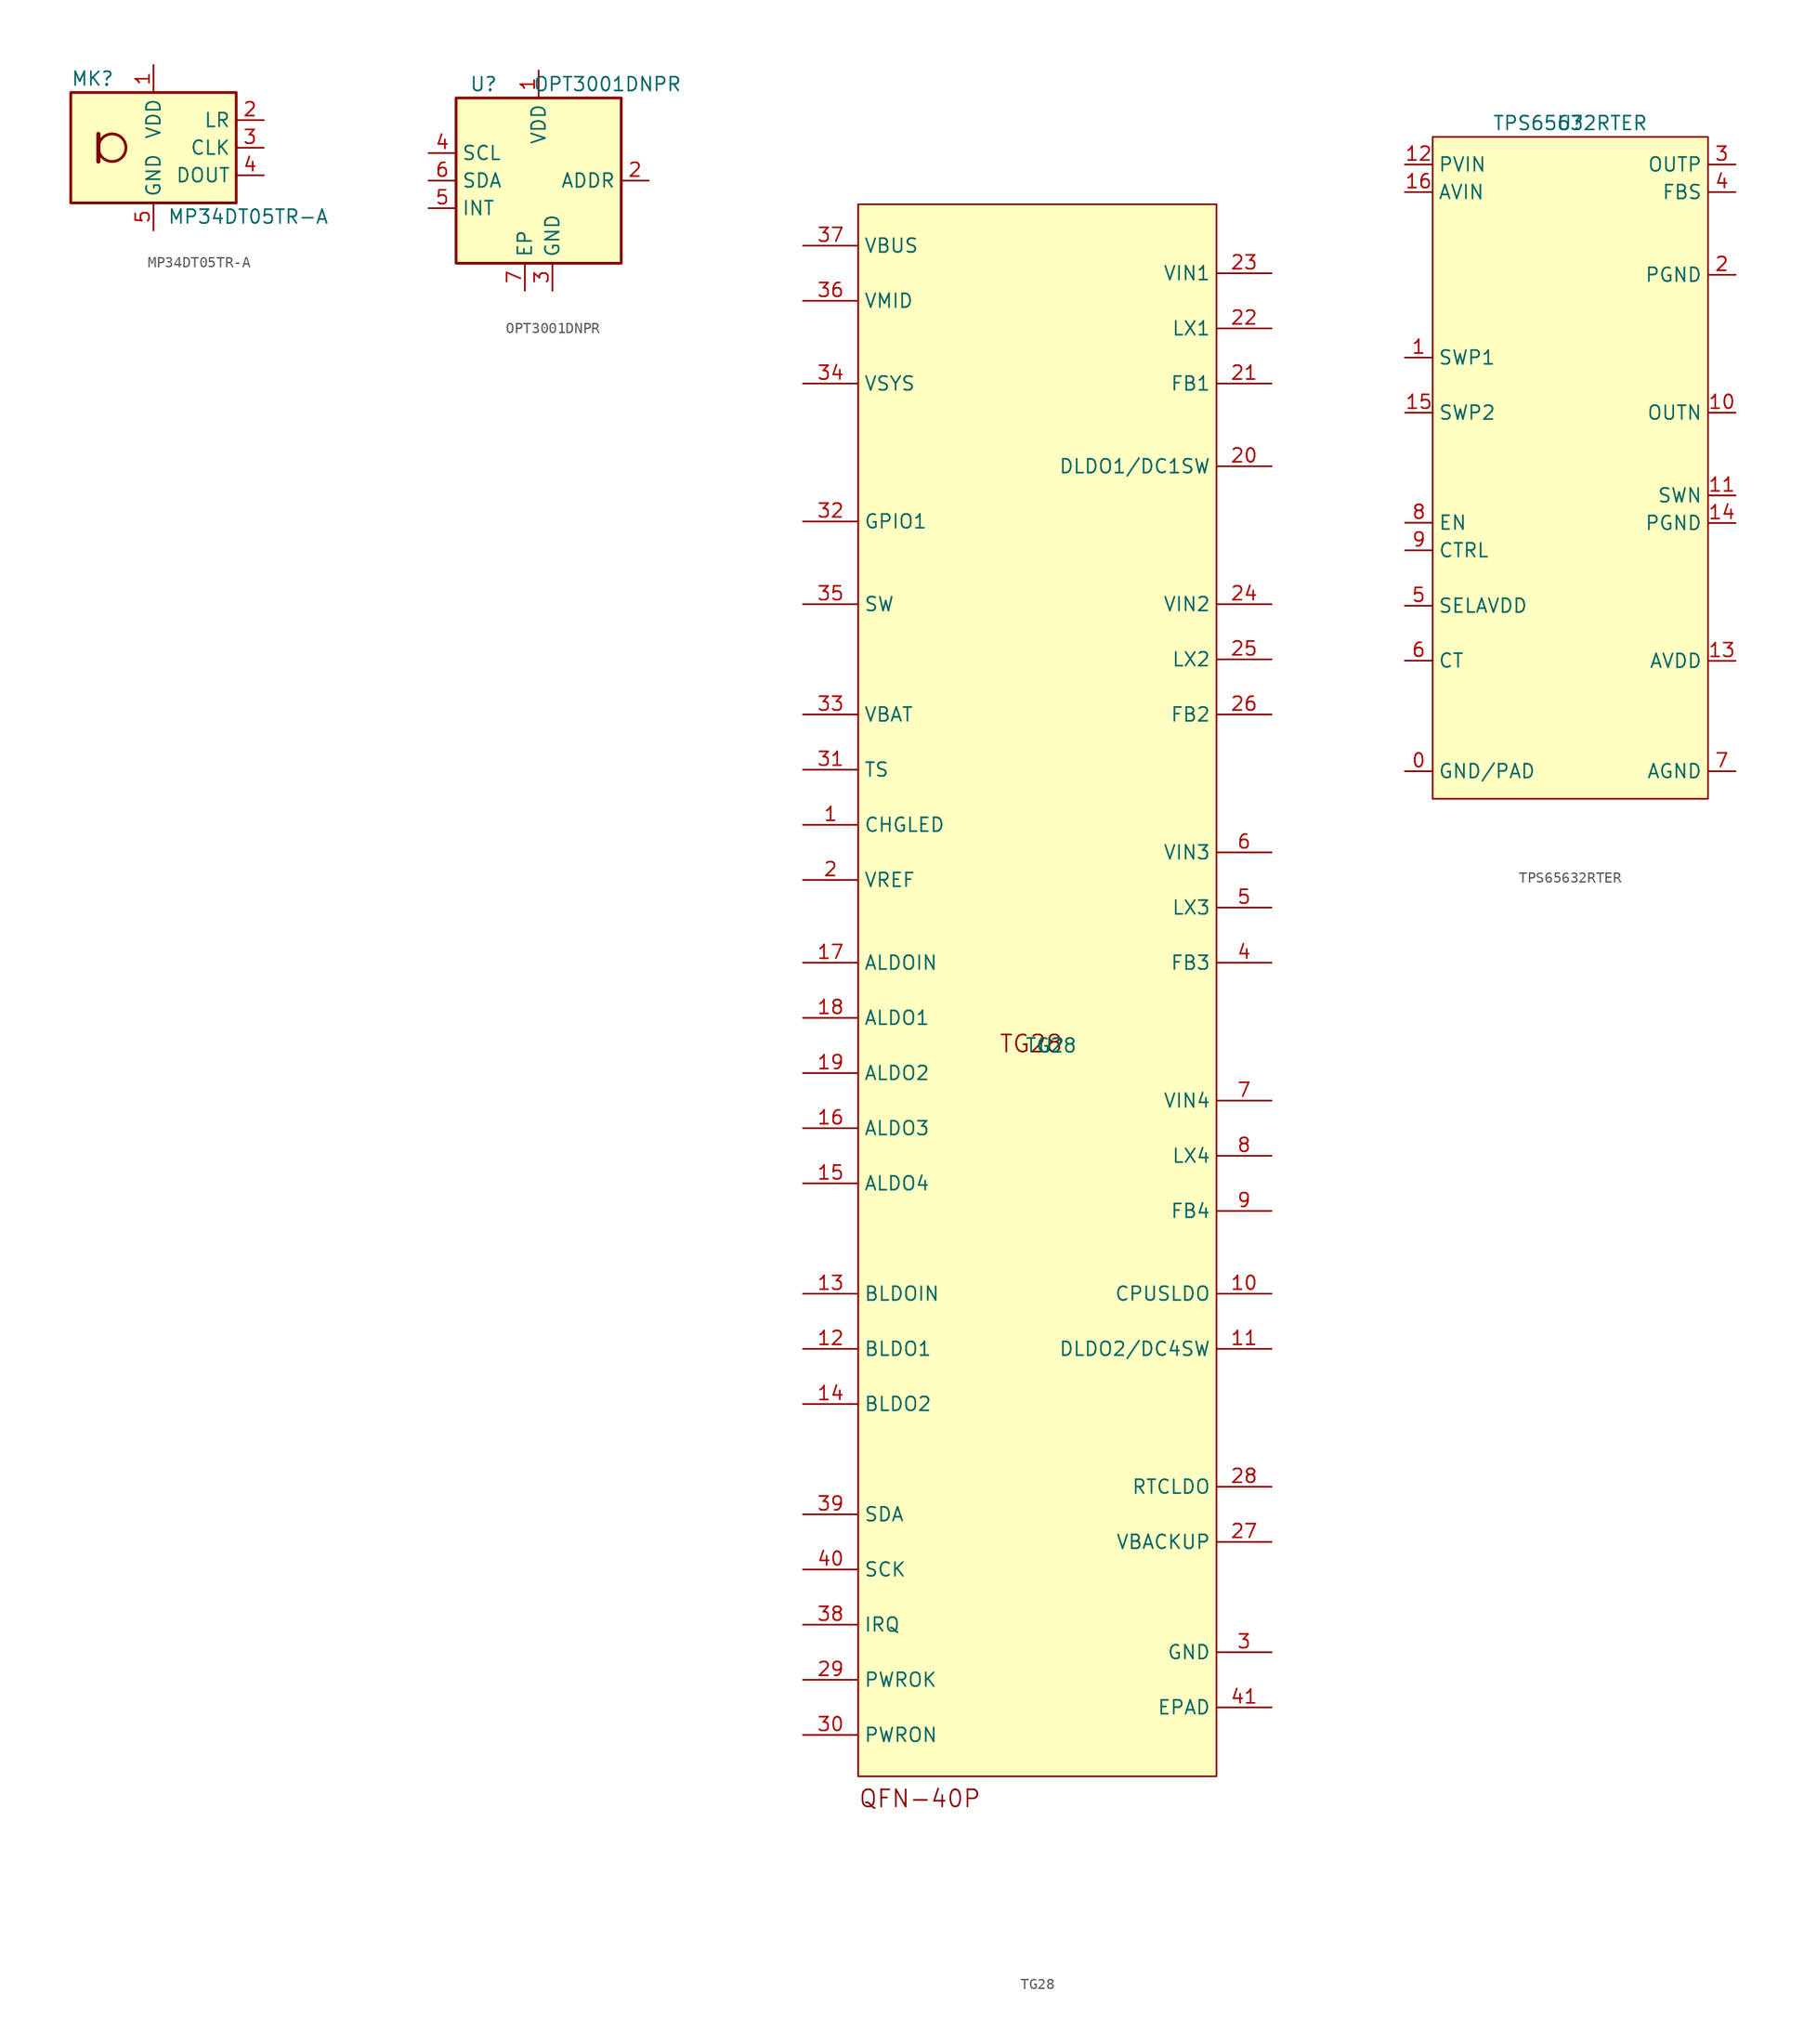
<source format=kicad_sym>
(kicad_symbol_lib
  (version 20231120)
  (generator "kicad_symbol_editor")
  (generator_version "8.0")
  (symbol "MP34DT05TR-A"
    (property "Reference" "MK"
      (at -7.62 6.35 0)
      (effects (font (size 1.27 1.27)) (justify left)))
    (property "Value" "MP34DT05TR-A"
      (at 1.27 -6.35 0)
      (effects (font (size 1.27 1.27)) (justify left)))
    (symbol "MP34DT05TR-A_0_1"
      (rectangle (start -7.62 5.08) (end 7.62 -5.08) (stroke (width 0.254) (type default)) (fill (type background)))
      (circle (center -3.81 0) (radius 1.27) (stroke (width 0.254) (type default)) (fill (type none)))
      (polyline (pts (xy -5.08 1.27) (xy -5.08 -1.27)) (stroke (width 0.381) (type default)) (fill (type none))))
    (symbol "MP34DT05TR-A_1_1"
      (pin power_in line (at 0 7.62 270) (length 2.54) (name "VDD" (effects (font (size 1.27 1.27)))) (number "1" (effects (font (size 1.27 1.27)))))
      (pin input line (at 10.16 2.54 180) (length 2.54) (name "LR" (effects (font (size 1.27 1.27)))) (number "2" (effects (font (size 1.27 1.27)))))
      (pin input line (at 10.16 0 180) (length 2.54) (name "CLK" (effects (font (size 1.27 1.27)))) (number "3" (effects (font (size 1.27 1.27)))))
      (pin output line (at 10.16 -2.54 180) (length 2.54) (name "DOUT" (effects (font (size 1.27 1.27)))) (number "4" (effects (font (size 1.27 1.27)))))
      (pin power_in line (at 0 -7.62 90) (length 2.54) (name "GND" (effects (font (size 1.27 1.27)))) (number "5" (effects (font (size 1.27 1.27)))))
      (pin passive line (at 0 -7.62 90) (length 2.54) hide (name "GND" (effects (font (size 1.27 1.27)))) (number "6" (effects (font (size 1.27 1.27)))))
      (pin passive line (at 0 -7.62 90) (length 2.54) hide (name "GND" (effects (font (size 1.27 1.27)))) (number "7" (effects (font (size 1.27 1.27)))))
      (pin passive line (at 0 -7.62 90) (length 2.54) hide (name "GND" (effects (font (size 1.27 1.27)))) (number "8" (effects (font (size 1.27 1.27)))))))
  (symbol "OPT3001DNPR"
    (property "Reference" "U"
      (at -5.08 8.89 0)
      (effects (font (size 1.27 1.27))))
    (property "Value" "OPT3001DNPR"
      (at 6.35 8.89 0)
      (effects (font (size 1.27 1.27))))
    (symbol "OPT3001DNPR_0_1"
      (rectangle (start -7.62 7.62) (end 7.62 -7.62) (stroke (width 0.254) (type default)) (fill (type background))))
    (symbol "OPT3001DNPR_1_1"
      (pin power_in line (at 0 10.16 270) (length 2.54) (name "VDD" (effects (font (size 1.27 1.27)))) (number "1" (effects (font (size 1.27 1.27)))))
      (pin passive line (at 10.16 0 180) (length 2.54) (name "ADDR" (effects (font (size 1.27 1.27)))) (number "2" (effects (font (size 1.27 1.27)))))
      (pin passive line (at 1.27 -10.16 90) (length 2.54) (name "GND" (effects (font (size 1.27 1.27)))) (number "3" (effects (font (size 1.27 1.27)))))
      (pin input line (at -10.16 2.54 0) (length 2.54) (name "SCL" (effects (font (size 1.27 1.27)))) (number "4" (effects (font (size 1.27 1.27)))))
      (pin open_collector line (at -10.16 -2.54 0) (length 2.54) (name "INT" (effects (font (size 1.27 1.27)))) (number "5" (effects (font (size 1.27 1.27)))))
      (pin bidirectional line (at -10.16 0 0) (length 2.54) (name "SDA" (effects (font (size 1.27 1.27)))) (number "6" (effects (font (size 1.27 1.27)))))
      (pin power_in line (at -1.27 -10.16 90) (length 2.54) (name "EP" (effects (font (size 1.27 1.27)))) (number "7" (effects (font (size 1.27 1.27)))))))
  (symbol "TG28"
    (property "Reference" "U"
      (at 0 0 0)
      (effects (font (size 1.27 1.27))))
    (property "Value" "TG28"
      (at 0 0 0)
      (effects (font (size 1.27 1.27))))
    (symbol "TG28_1_0"
      (rectangle (start -17.78 77.47) (end 15.24 -67.31) (stroke (width 0) (type default)) (fill (type background)))
      (text "QFN-40P" (at -17.78 -70.282 0) (effects (font (size 1.575 1.575)) (justify left bottom)))
      (text "TG28" (at -4.826 -0.762 0) (effects (font (size 1.575 1.575)) (justify left bottom)))
      (pin unspecified line (at -22.86 20.32 0) (length 5.08) (name "CHGLED" (effects (font (size 1.27 1.27)))) (number "1" (effects (font (size 1.27 1.27)))))
      (pin unspecified line (at 20.32 -22.86 180) (length 5.08) (name "CPUSLDO" (effects (font (size 1.27 1.27)))) (number "10" (effects (font (size 1.27 1.27)))))
      (pin unspecified line (at 20.32 -27.94 180) (length 5.08) (name "DLDO2/DC4SW" (effects (font (size 1.27 1.27)))) (number "11" (effects (font (size 1.27 1.27)))))
      (pin unspecified line (at -22.86 -27.94 0) (length 5.08) (name "BLDO1" (effects (font (size 1.27 1.27)))) (number "12" (effects (font (size 1.27 1.27)))))
      (pin unspecified line (at -22.86 -22.86 0) (length 5.08) (name "BLDOIN" (effects (font (size 1.27 1.27)))) (number "13" (effects (font (size 1.27 1.27)))))
      (pin unspecified line (at -22.86 -33.02 0) (length 5.08) (name "BLDO2" (effects (font (size 1.27 1.27)))) (number "14" (effects (font (size 1.27 1.27)))))
      (pin unspecified line (at -22.86 -12.7 0) (length 5.08) (name "ALDO4" (effects (font (size 1.27 1.27)))) (number "15" (effects (font (size 1.27 1.27)))))
      (pin unspecified line (at -22.86 -7.62 0) (length 5.08) (name "ALDO3" (effects (font (size 1.27 1.27)))) (number "16" (effects (font (size 1.27 1.27)))))
      (pin unspecified line (at -22.86 7.62 0) (length 5.08) (name "ALDOIN" (effects (font (size 1.27 1.27)))) (number "17" (effects (font (size 1.27 1.27)))))
      (pin unspecified line (at -22.86 2.54 0) (length 5.08) (name "ALDO1" (effects (font (size 1.27 1.27)))) (number "18" (effects (font (size 1.27 1.27)))))
      (pin unspecified line (at -22.86 -2.54 0) (length 5.08) (name "ALDO2" (effects (font (size 1.27 1.27)))) (number "19" (effects (font (size 1.27 1.27)))))
      (pin unspecified line (at -22.86 15.24 0) (length 5.08) (name "VREF" (effects (font (size 1.27 1.27)))) (number "2" (effects (font (size 1.27 1.27)))))
      (pin unspecified line (at 20.32 53.34 180) (length 5.08) (name "DLDO1/DC1SW" (effects (font (size 1.27 1.27)))) (number "20" (effects (font (size 1.27 1.27)))))
      (pin unspecified line (at 20.32 60.96 180) (length 5.08) (name "FB1" (effects (font (size 1.27 1.27)))) (number "21" (effects (font (size 1.27 1.27)))))
      (pin unspecified line (at 20.32 66.04 180) (length 5.08) (name "LX1" (effects (font (size 1.27 1.27)))) (number "22" (effects (font (size 1.27 1.27)))))
      (pin unspecified line (at 20.32 71.12 180) (length 5.08) (name "VIN1" (effects (font (size 1.27 1.27)))) (number "23" (effects (font (size 1.27 1.27)))))
      (pin unspecified line (at 20.32 40.64 180) (length 5.08) (name "VIN2" (effects (font (size 1.27 1.27)))) (number "24" (effects (font (size 1.27 1.27)))))
      (pin unspecified line (at 20.32 35.56 180) (length 5.08) (name "LX2" (effects (font (size 1.27 1.27)))) (number "25" (effects (font (size 1.27 1.27)))))
      (pin unspecified line (at 20.32 30.48 180) (length 5.08) (name "FB2" (effects (font (size 1.27 1.27)))) (number "26" (effects (font (size 1.27 1.27)))))
      (pin unspecified line (at 20.32 -45.72 180) (length 5.08) (name "VBACKUP" (effects (font (size 1.27 1.27)))) (number "27" (effects (font (size 1.27 1.27)))))
      (pin unspecified line (at 20.32 -40.64 180) (length 5.08) (name "RTCLDO" (effects (font (size 1.27 1.27)))) (number "28" (effects (font (size 1.27 1.27)))))
      (pin unspecified line (at -22.86 -58.42 0) (length 5.08) (name "PWROK" (effects (font (size 1.27 1.27)))) (number "29" (effects (font (size 1.27 1.27)))))
      (pin unspecified line (at 20.32 -55.88 180) (length 5.08) (name "GND" (effects (font (size 1.27 1.27)))) (number "3" (effects (font (size 1.27 1.27)))))
      (pin unspecified line (at -22.86 -63.5 0) (length 5.08) (name "PWRON" (effects (font (size 1.27 1.27)))) (number "30" (effects (font (size 1.27 1.27)))))
      (pin unspecified line (at -22.86 25.4 0) (length 5.08) (name "TS" (effects (font (size 1.27 1.27)))) (number "31" (effects (font (size 1.27 1.27)))))
      (pin unspecified line (at -22.86 48.26 0) (length 5.08) (name "GPIO1" (effects (font (size 1.27 1.27)))) (number "32" (effects (font (size 1.27 1.27)))))
      (pin unspecified line (at -22.86 30.48 0) (length 5.08) (name "VBAT" (effects (font (size 1.27 1.27)))) (number "33" (effects (font (size 1.27 1.27)))))
      (pin unspecified line (at -22.86 60.96 0) (length 5.08) (name "VSYS" (effects (font (size 1.27 1.27)))) (number "34" (effects (font (size 1.27 1.27)))))
      (pin unspecified line (at -22.86 40.64 0) (length 5.08) (name "SW" (effects (font (size 1.27 1.27)))) (number "35" (effects (font (size 1.27 1.27)))))
      (pin unspecified line (at -22.86 68.58 0) (length 5.08) (name "VMID" (effects (font (size 1.27 1.27)))) (number "36" (effects (font (size 1.27 1.27)))))
      (pin unspecified line (at -22.86 73.66 0) (length 5.08) (name "VBUS" (effects (font (size 1.27 1.27)))) (number "37" (effects (font (size 1.27 1.27)))))
      (pin unspecified line (at -22.86 -53.34 0) (length 5.08) (name "IRQ" (effects (font (size 1.27 1.27)))) (number "38" (effects (font (size 1.27 1.27)))))
      (pin unspecified line (at -22.86 -43.18 0) (length 5.08) (name "SDA" (effects (font (size 1.27 1.27)))) (number "39" (effects (font (size 1.27 1.27)))))
      (pin unspecified line (at 20.32 7.62 180) (length 5.08) (name "FB3" (effects (font (size 1.27 1.27)))) (number "4" (effects (font (size 1.27 1.27)))))
      (pin unspecified line (at -22.86 -48.26 0) (length 5.08) (name "SCK" (effects (font (size 1.27 1.27)))) (number "40" (effects (font (size 1.27 1.27)))))
      (pin unspecified line (at 20.32 -60.96 180) (length 5.08) (name "EPAD" (effects (font (size 1.27 1.27)))) (number "41" (effects (font (size 1.27 1.27)))))
      (pin unspecified line (at 20.32 12.7 180) (length 5.08) (name "LX3" (effects (font (size 1.27 1.27)))) (number "5" (effects (font (size 1.27 1.27)))))
      (pin unspecified line (at 20.32 17.78 180) (length 5.08) (name "VIN3" (effects (font (size 1.27 1.27)))) (number "6" (effects (font (size 1.27 1.27)))))
      (pin unspecified line (at 20.32 -5.08 180) (length 5.08) (name "VIN4" (effects (font (size 1.27 1.27)))) (number "7" (effects (font (size 1.27 1.27)))))
      (pin unspecified line (at 20.32 -10.16 180) (length 5.08) (name "LX4" (effects (font (size 1.27 1.27)))) (number "8" (effects (font (size 1.27 1.27)))))
      (pin unspecified line (at 20.32 -15.24 180) (length 5.08) (name "FB4" (effects (font (size 1.27 1.27)))) (number "9" (effects (font (size 1.27 1.27)))))))
  (symbol "TPS65632RTER"
    (property "Reference" "U"
      (at 0 31.75 0)
      (effects (font (size 1.27 1.27))))
    (property "Value" "TPS65632RTER"
      (at 0 31.75 0)
      (effects (font (size 1.27 1.27))))
    (symbol "TPS65632RTER_1_0"
      (rectangle (start -12.675 30.48) (end 12.7 -30.48) (stroke (width 0) (type default)) (fill (type background)))
      (pin input line (at -15.24 -27.94 0) (length 2.54) (name "GND/PAD" (effects (font (size 1.27 1.27)))) (number "0" (effects (font (size 1.27 1.27)))))
      (pin input line (at -15.24 10.16 0) (length 2.54) (name "SWP1" (effects (font (size 1.27 1.27)))) (number "1" (effects (font (size 1.27 1.27)))))
      (pin output line (at 15.24 5.08 180) (length 2.54) (name "OUTN" (effects (font (size 1.27 1.27)))) (number "10" (effects (font (size 1.27 1.27)))))
      (pin input line (at 15.24 -2.54 180) (length 2.54) (name "SWN" (effects (font (size 1.27 1.27)))) (number "11" (effects (font (size 1.27 1.27)))))
      (pin input line (at -15.24 27.94 0) (length 2.54) (name "PVIN" (effects (font (size 1.27 1.27)))) (number "12" (effects (font (size 1.27 1.27)))))
      (pin output line (at 15.24 -17.78 180) (length 2.54) (name "AVDD" (effects (font (size 1.27 1.27)))) (number "13" (effects (font (size 1.27 1.27)))))
      (pin input line (at 15.24 -5.08 180) (length 2.54) (name "PGND" (effects (font (size 1.27 1.27)))) (number "14" (effects (font (size 1.27 1.27)))))
      (pin input line (at -15.215 5.08 0) (length 2.54) (name "SWP2" (effects (font (size 1.27 1.27)))) (number "15" (effects (font (size 1.27 1.27)))))
      (pin input line (at -15.24 25.4 0) (length 2.54) (name "AVIN" (effects (font (size 1.27 1.27)))) (number "16" (effects (font (size 1.27 1.27)))))
      (pin input line (at 15.24 17.78 180) (length 2.54) (name "PGND" (effects (font (size 1.27 1.27)))) (number "2" (effects (font (size 1.27 1.27)))))
      (pin output line (at 15.24 27.94 180) (length 2.54) (name "OUTP" (effects (font (size 1.27 1.27)))) (number "3" (effects (font (size 1.27 1.27)))))
      (pin input line (at 15.24 25.4 180) (length 2.54) (name "FBS" (effects (font (size 1.27 1.27)))) (number "4" (effects (font (size 1.27 1.27)))))
      (pin input line (at -15.24 -12.7 0) (length 2.54) (name "SELAVDD" (effects (font (size 1.27 1.27)))) (number "5" (effects (font (size 1.27 1.27)))))
      (pin input line (at -15.24 -17.755 0) (length 2.54) (name "CT" (effects (font (size 1.27 1.27)))) (number "6" (effects (font (size 1.27 1.27)))))
      (pin input line (at 15.24 -27.94 180) (length 2.54) (name "AGND" (effects (font (size 1.27 1.27)))) (number "7" (effects (font (size 1.27 1.27)))))
      (pin input line (at -15.215 -5.055 0) (length 2.54) (name "EN" (effects (font (size 1.27 1.27)))) (number "8" (effects (font (size 1.27 1.27)))))
      (pin input line (at -15.215 -7.595 0) (length 2.54) (name "CTRL" (effects (font (size 1.27 1.27)))) (number "9" (effects (font (size 1.27 1.27))))))))
</source>
